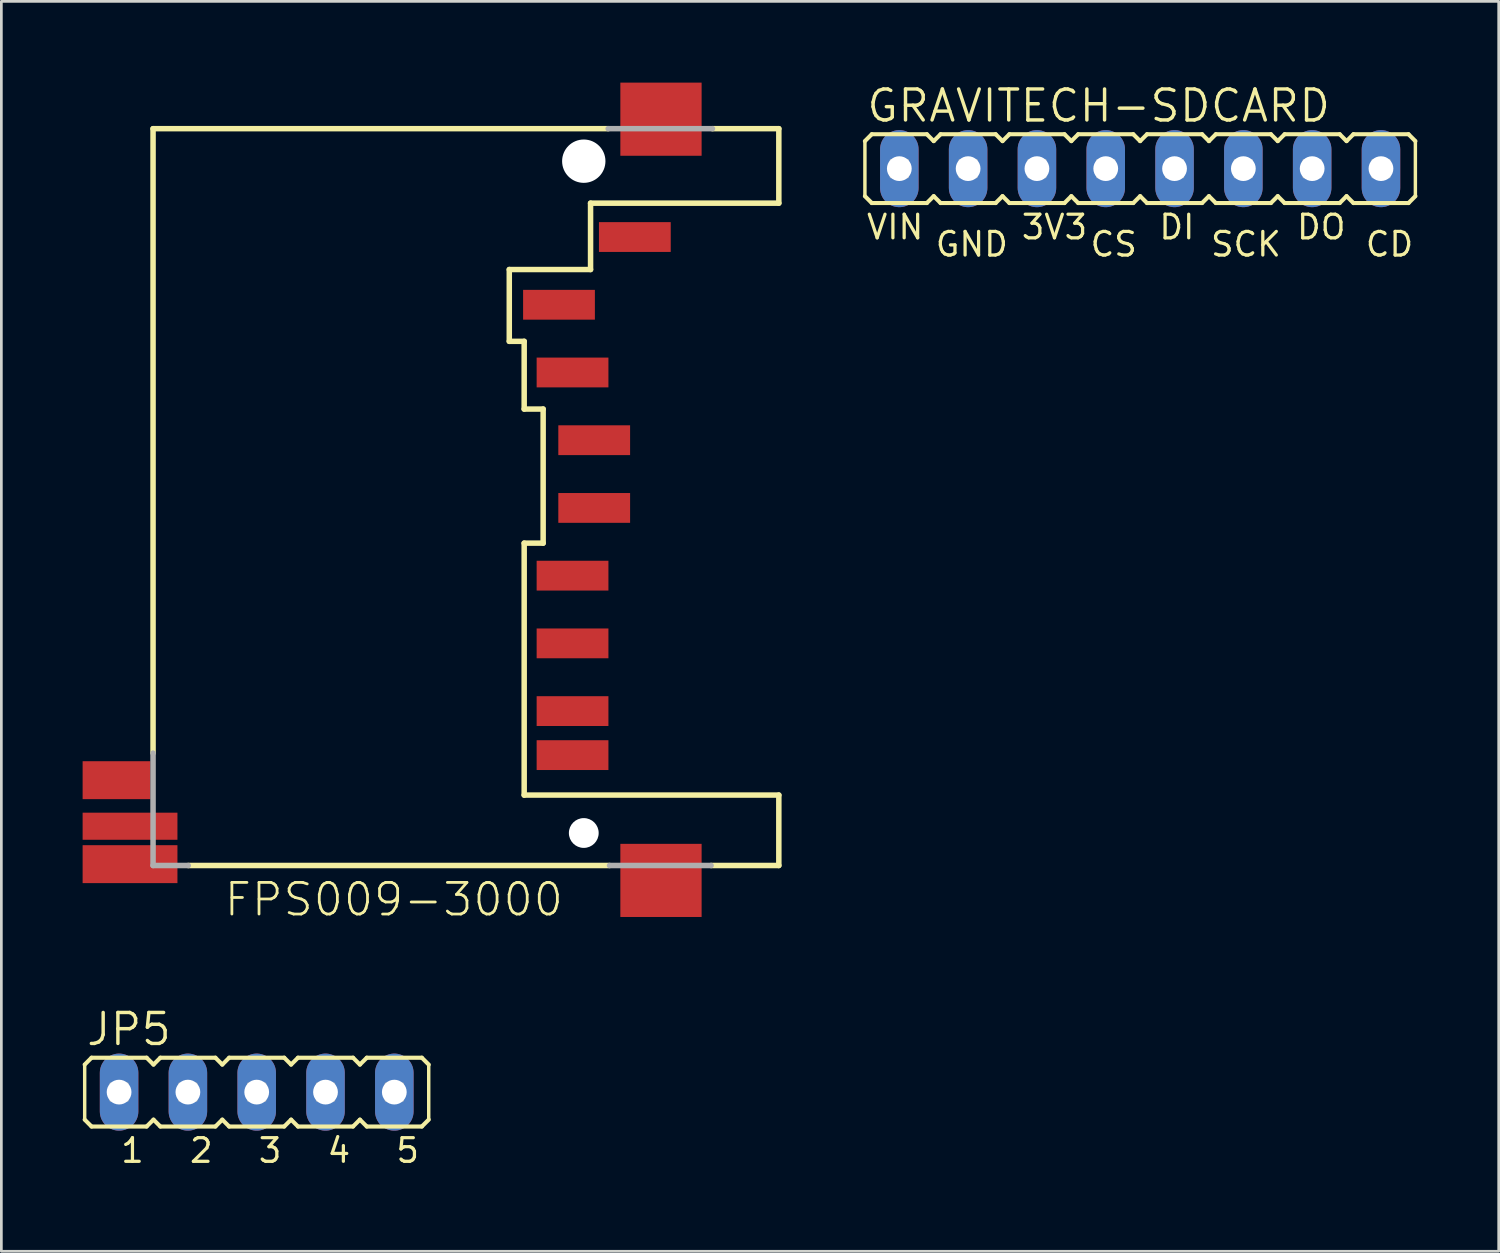
<source format=kicad_pcb>
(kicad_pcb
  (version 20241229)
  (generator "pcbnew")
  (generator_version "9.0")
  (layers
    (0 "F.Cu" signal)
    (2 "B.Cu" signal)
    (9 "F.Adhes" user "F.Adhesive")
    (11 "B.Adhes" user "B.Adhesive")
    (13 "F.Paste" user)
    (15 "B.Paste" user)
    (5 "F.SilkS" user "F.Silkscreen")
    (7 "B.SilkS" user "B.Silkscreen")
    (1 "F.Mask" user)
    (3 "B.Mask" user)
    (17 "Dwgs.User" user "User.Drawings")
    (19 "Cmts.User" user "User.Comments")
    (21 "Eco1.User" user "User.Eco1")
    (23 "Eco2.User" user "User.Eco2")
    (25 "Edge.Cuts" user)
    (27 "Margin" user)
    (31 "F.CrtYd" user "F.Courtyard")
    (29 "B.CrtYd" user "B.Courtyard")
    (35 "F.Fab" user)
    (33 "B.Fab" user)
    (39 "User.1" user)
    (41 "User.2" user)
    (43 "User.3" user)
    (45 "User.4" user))
  (footprint "GRAVITECH-SDCARD"
    (layer "F.Cu")
    (at 39.038 3.175)
    (property "Reference" "GRAVITECH-SDCARD" (at -10.16 -1.651 0) (layer "F.SilkS") (effects (font (size 1.143 1.143) (thickness 0.127)) (justify left bottom)))
    (fp_line (start -10.16 -1.016) (end -10.16 1.016) (stroke (width 0.127) (type solid)) (layer "F.SilkS"))
    (fp_line (start -10.16 -1.016) (end -9.906 -1.27) (stroke (width 0.152) (type solid)) (layer "F.SilkS"))
    (fp_line (start -10.16 1.016) (end -9.906 1.27) (stroke (width 0.152) (type solid)) (layer "F.SilkS"))
    (fp_line (start -7.874 -1.27) (end -9.906 -1.27) (stroke (width 0.152) (type solid)) (layer "F.SilkS"))
    (fp_line (start -7.874 -1.27) (end -7.62 -1.016) (stroke (width 0.152) (type solid)) (layer "F.SilkS"))
    (fp_line (start -7.874 1.27) (end -9.906 1.27) (stroke (width 0.152) (type solid)) (layer "F.SilkS"))
    (fp_line (start -7.874 1.27) (end -7.62 1.016) (stroke (width 0.152) (type solid)) (layer "F.SilkS"))
    (fp_line (start -7.62 -1.016) (end -7.366 -1.27) (stroke (width 0.152) (type solid)) (layer "F.SilkS"))
    (fp_line (start -7.62 1.016) (end -7.366 1.27) (stroke (width 0.152) (type solid)) (layer "F.SilkS"))
    (fp_line (start -5.334 -1.27) (end -7.366 -1.27) (stroke (width 0.152) (type solid)) (layer "F.SilkS"))
    (fp_line (start -5.334 -1.27) (end -5.08 -1.016) (stroke (width 0.152) (type solid)) (layer "F.SilkS"))
    (fp_line (start -5.334 1.27) (end -7.366 1.27) (stroke (width 0.152) (type solid)) (layer "F.SilkS"))
    (fp_line (start -5.334 1.27) (end -5.08 1.016) (stroke (width 0.152) (type solid)) (layer "F.SilkS"))
    (fp_line (start -5.08 -1.016) (end -4.826 -1.27) (stroke (width 0.152) (type solid)) (layer "F.SilkS"))
    (fp_line (start -5.08 1.016) (end -4.826 1.27) (stroke (width 0.152) (type solid)) (layer "F.SilkS"))
    (fp_line (start -2.794 -1.27) (end -4.826 -1.27) (stroke (width 0.152) (type solid)) (layer "F.SilkS"))
    (fp_line (start -2.794 -1.27) (end -2.54 -1.016) (stroke (width 0.152) (type solid)) (layer "F.SilkS"))
    (fp_line (start -2.794 1.27) (end -4.826 1.27) (stroke (width 0.152) (type solid)) (layer "F.SilkS"))
    (fp_line (start -2.794 1.27) (end -2.54 1.016) (stroke (width 0.152) (type solid)) (layer "F.SilkS"))
    (fp_line (start -2.54 -1.016) (end -2.286 -1.27) (stroke (width 0.152) (type solid)) (layer "F.SilkS"))
    (fp_line (start -2.54 1.016) (end -2.286 1.27) (stroke (width 0.152) (type solid)) (layer "F.SilkS"))
    (fp_line (start -0.254 -1.27) (end -2.286 -1.27) (stroke (width 0.152) (type solid)) (layer "F.SilkS"))
    (fp_line (start -0.254 -1.27) (end 0 -1.016) (stroke (width 0.152) (type solid)) (layer "F.SilkS"))
    (fp_line (start -0.254 1.27) (end -2.286 1.27) (stroke (width 0.152) (type solid)) (layer "F.SilkS"))
    (fp_line (start -0.254 1.27) (end 0 1.016) (stroke (width 0.152) (type solid)) (layer "F.SilkS"))
    (fp_line (start 0 -1.016) (end 0.254 -1.27) (stroke (width 0.152) (type solid)) (layer "F.SilkS"))
    (fp_line (start 0 1.016) (end 0.254 1.27) (stroke (width 0.152) (type solid)) (layer "F.SilkS"))
    (fp_line (start 2.286 -1.27) (end 0.254 -1.27) (stroke (width 0.152) (type solid)) (layer "F.SilkS"))
    (fp_line (start 2.286 -1.27) (end 2.54 -1.016) (stroke (width 0.152) (type solid)) (layer "F.SilkS"))
    (fp_line (start 2.286 1.27) (end 0.254 1.27) (stroke (width 0.152) (type solid)) (layer "F.SilkS"))
    (fp_line (start 2.286 1.27) (end 2.54 1.016) (stroke (width 0.152) (type solid)) (layer "F.SilkS"))
    (fp_line (start 2.54 -1.016) (end 2.794 -1.27) (stroke (width 0.152) (type solid)) (layer "F.SilkS"))
    (fp_line (start 2.54 1.016) (end 2.794 1.27) (stroke (width 0.152) (type solid)) (layer "F.SilkS"))
    (fp_line (start 4.826 -1.27) (end 2.794 -1.27) (stroke (width 0.152) (type solid)) (layer "F.SilkS"))
    (fp_line (start 4.826 -1.27) (end 5.08 -1.016) (stroke (width 0.152) (type solid)) (layer "F.SilkS"))
    (fp_line (start 4.826 1.27) (end 2.794 1.27) (stroke (width 0.152) (type solid)) (layer "F.SilkS"))
    (fp_line (start 4.826 1.27) (end 5.08 1.016) (stroke (width 0.152) (type solid)) (layer "F.SilkS"))
    (fp_line (start 5.08 -1.016) (end 5.334 -1.27) (stroke (width 0.152) (type solid)) (layer "F.SilkS"))
    (fp_line (start 5.08 1.016) (end 5.334 1.27) (stroke (width 0.152) (type solid)) (layer "F.SilkS"))
    (fp_line (start 7.366 -1.27) (end 5.334 -1.27) (stroke (width 0.152) (type solid)) (layer "F.SilkS"))
    (fp_line (start 7.366 -1.27) (end 7.62 -1.016) (stroke (width 0.152) (type solid)) (layer "F.SilkS"))
    (fp_line (start 7.366 1.27) (end 5.334 1.27) (stroke (width 0.152) (type solid)) (layer "F.SilkS"))
    (fp_line (start 7.366 1.27) (end 7.62 1.016) (stroke (width 0.152) (type solid)) (layer "F.SilkS"))
    (fp_line (start 7.62 -1.016) (end 7.874 -1.27) (stroke (width 0.152) (type solid)) (layer "F.SilkS"))
    (fp_line (start 7.62 1.016) (end 7.874 1.27) (stroke (width 0.152) (type solid)) (layer "F.SilkS"))
    (fp_line (start 9.906 -1.27) (end 7.874 -1.27) (stroke (width 0.152) (type solid)) (layer "F.SilkS"))
    (fp_line (start 9.906 -1.27) (end 10.16 -1.016) (stroke (width 0.152) (type solid)) (layer "F.SilkS"))
    (fp_line (start 9.906 1.27) (end 7.874 1.27) (stroke (width 0.152) (type solid)) (layer "F.SilkS"))
    (fp_line (start 9.906 1.27) (end 10.16 1.016) (stroke (width 0.152) (type solid)) (layer "F.SilkS"))
    (fp_line (start 10.16 -1.016) (end 10.16 1.016) (stroke (width 0.127) (type solid)) (layer "F.SilkS"))
    (fp_poly (pts (xy -9.195 0.305) (xy -8.585 0.305) (xy -8.585 -0.305) (xy -9.195 -0.305)) (stroke (width 0.1) (type default)) (fill no) (layer "F.Fab"))
    (fp_poly (pts (xy -6.655 0.305) (xy -6.045 0.305) (xy -6.045 -0.305) (xy -6.655 -0.305)) (stroke (width 0.1) (type default)) (fill no) (layer "F.Fab"))
    (fp_poly (pts (xy -4.115 0.305) (xy -3.505 0.305) (xy -3.505 -0.305) (xy -4.115 -0.305)) (stroke (width 0.1) (type default)) (fill no) (layer "F.Fab"))
    (fp_poly (pts (xy -1.575 0.305) (xy -0.965 0.305) (xy -0.965 -0.305) (xy -1.575 -0.305)) (stroke (width 0.1) (type default)) (fill no) (layer "F.Fab"))
    (fp_poly (pts (xy 0.965 0.305) (xy 1.575 0.305) (xy 1.575 -0.305) (xy 0.965 -0.305)) (stroke (width 0.1) (type default)) (fill no) (layer "F.Fab"))
    (fp_poly (pts (xy 3.505 0.305) (xy 4.115 0.305) (xy 4.115 -0.305) (xy 3.505 -0.305)) (stroke (width 0.1) (type default)) (fill no) (layer "F.Fab"))
    (fp_poly (pts (xy 6.045 0.305) (xy 6.655 0.305) (xy 6.655 -0.305) (xy 6.045 -0.305)) (stroke (width 0.1) (type default)) (fill no) (layer "F.Fab"))
    (fp_poly (pts (xy 8.585 0.305) (xy 9.195 0.305) (xy 9.195 -0.305) (xy 8.585 -0.305)) (stroke (width 0.1) (type default)) (fill no) (layer "F.Fab"))
    (fp_text user "GND" (at -7.62 3.302 0) (layer "F.SilkS") (effects (font (size 0.872 0.872) (thickness 0.119)) (justify left bottom)))
    (fp_text user "CS" (at -1.905 3.302 0) (layer "F.SilkS") (effects (font (size 0.872 0.872) (thickness 0.119)) (justify left bottom)))
    (fp_text user "DO" (at 5.715 2.667 0) (layer "F.SilkS") (effects (font (size 0.872 0.872) (thickness 0.119)) (justify left bottom)))
    (fp_text user "SCK" (at 2.54 3.302 0) (layer "F.SilkS") (effects (font (size 0.872 0.872) (thickness 0.119)) (justify left bottom)))
    (fp_text user "3V3" (at -4.445 2.667 0) (layer "F.SilkS") (effects (font (size 0.872 0.872) (thickness 0.119)) (justify left bottom)))
    (fp_text user "CD" (at 8.255 3.302 0) (layer "F.SilkS") (effects (font (size 0.872 0.872) (thickness 0.119)) (justify left bottom)))
    (fp_text user "DI" (at 0.635 2.667 0) (layer "F.SilkS") (effects (font (size 0.872 0.872) (thickness 0.119)) (justify left bottom)))
    (fp_text user "VIN" (at -10.16 2.667 0) (layer "F.SilkS") (effects (font (size 0.872 0.872) (thickness 0.119)) (justify left bottom)))
    (pad "3V3" thru_hole oval (at -3.81 0 90) (size 2.845 1.422) (drill 0.914) (layers "*.Cu" "*.Mask"))
    (pad "CD" thru_hole oval (at 8.89 0 90) (size 2.845 1.422) (drill 0.914) (layers "*.Cu" "*.Mask"))
    (pad "CS" thru_hole oval (at -1.27 0 90) (size 2.845 1.422) (drill 0.914) (layers "*.Cu" "*.Mask"))
    (pad "DI" thru_hole oval (at 1.27 0 90) (size 2.845 1.422) (drill 0.914) (layers "*.Cu" "*.Mask"))
    (pad "DO" thru_hole oval (at 6.35 0 90) (size 2.845 1.422) (drill 0.914) (layers "*.Cu" "*.Mask"))
    (pad "GND" thru_hole oval (at -6.35 0 90) (size 2.845 1.422) (drill 0.914) (layers "*.Cu" "*.Mask"))
    (pad "SCK" thru_hole oval (at 3.81 0 90) (size 2.845 1.422) (drill 0.914) (layers "*.Cu" "*.Mask"))
    (pad "VIN" thru_hole oval (at -8.89 0 90) (size 2.845 1.422) (drill 0.914) (layers "*.Cu" "*.Mask")))
  (footprint "JP5"
    (layer "F.Cu")
    (at 7.696 39.805)
    (property "Reference" "JP5" (at -7.62 -4.191 0) (layer "F.SilkS") (effects (font (size 1.143 1.143) (thickness 0.127)) (justify left bottom)))
    (fp_line (start -7.62 -3.556) (end -7.62 -1.524) (stroke (width 0.127) (type solid)) (layer "F.SilkS"))
    (fp_line (start -7.62 -3.556) (end -7.366 -3.81) (stroke (width 0.152) (type solid)) (layer "F.SilkS"))
    (fp_line (start -7.62 -1.524) (end -7.366 -1.27) (stroke (width 0.152) (type solid)) (layer "F.SilkS"))
    (fp_line (start -5.334 -3.81) (end -7.366 -3.81) (stroke (width 0.152) (type solid)) (layer "F.SilkS"))
    (fp_line (start -5.334 -3.81) (end -5.08 -3.556) (stroke (width 0.152) (type solid)) (layer "F.SilkS"))
    (fp_line (start -5.334 -1.27) (end -7.366 -1.27) (stroke (width 0.152) (type solid)) (layer "F.SilkS"))
    (fp_line (start -5.334 -1.27) (end -5.08 -1.524) (stroke (width 0.152) (type solid)) (layer "F.SilkS"))
    (fp_line (start -5.08 -3.556) (end -4.826 -3.81) (stroke (width 0.152) (type solid)) (layer "F.SilkS"))
    (fp_line (start -5.08 -1.524) (end -4.826 -1.27) (stroke (width 0.152) (type solid)) (layer "F.SilkS"))
    (fp_line (start -2.794 -3.81) (end -4.826 -3.81) (stroke (width 0.152) (type solid)) (layer "F.SilkS"))
    (fp_line (start -2.794 -3.81) (end -2.54 -3.556) (stroke (width 0.152) (type solid)) (layer "F.SilkS"))
    (fp_line (start -2.794 -1.27) (end -4.826 -1.27) (stroke (width 0.152) (type solid)) (layer "F.SilkS"))
    (fp_line (start -2.794 -1.27) (end -2.54 -1.524) (stroke (width 0.152) (type solid)) (layer "F.SilkS"))
    (fp_line (start -2.54 -3.556) (end -2.286 -3.81) (stroke (width 0.152) (type solid)) (layer "F.SilkS"))
    (fp_line (start -2.54 -1.524) (end -2.286 -1.27) (stroke (width 0.152) (type solid)) (layer "F.SilkS"))
    (fp_line (start -0.254 -3.81) (end -2.286 -3.81) (stroke (width 0.152) (type solid)) (layer "F.SilkS"))
    (fp_line (start -0.254 -3.81) (end 0 -3.556) (stroke (width 0.152) (type solid)) (layer "F.SilkS"))
    (fp_line (start -0.254 -1.27) (end -2.286 -1.27) (stroke (width 0.152) (type solid)) (layer "F.SilkS"))
    (fp_line (start -0.254 -1.27) (end 0 -1.524) (stroke (width 0.152) (type solid)) (layer "F.SilkS"))
    (fp_line (start 0 -3.556) (end 0.254 -3.81) (stroke (width 0.152) (type solid)) (layer "F.SilkS"))
    (fp_line (start 0 -1.524) (end 0.254 -1.27) (stroke (width 0.152) (type solid)) (layer "F.SilkS"))
    (fp_line (start 2.286 -3.81) (end 0.254 -3.81) (stroke (width 0.152) (type solid)) (layer "F.SilkS"))
    (fp_line (start 2.286 -3.81) (end 2.54 -3.556) (stroke (width 0.152) (type solid)) (layer "F.SilkS"))
    (fp_line (start 2.286 -1.27) (end 0.254 -1.27) (stroke (width 0.152) (type solid)) (layer "F.SilkS"))
    (fp_line (start 2.286 -1.27) (end 2.54 -1.524) (stroke (width 0.152) (type solid)) (layer "F.SilkS"))
    (fp_line (start 2.54 -3.556) (end 2.794 -3.81) (stroke (width 0.152) (type solid)) (layer "F.SilkS"))
    (fp_line (start 2.54 -1.524) (end 2.794 -1.27) (stroke (width 0.152) (type solid)) (layer "F.SilkS"))
    (fp_line (start 4.826 -3.81) (end 2.794 -3.81) (stroke (width 0.152) (type solid)) (layer "F.SilkS"))
    (fp_line (start 4.826 -3.81) (end 5.08 -3.556) (stroke (width 0.152) (type solid)) (layer "F.SilkS"))
    (fp_line (start 4.826 -1.27) (end 2.794 -1.27) (stroke (width 0.152) (type solid)) (layer "F.SilkS"))
    (fp_line (start 4.826 -1.27) (end 5.08 -1.524) (stroke (width 0.152) (type solid)) (layer "F.SilkS"))
    (fp_line (start 5.08 -3.556) (end 5.08 -1.524) (stroke (width 0.127) (type solid)) (layer "F.SilkS"))
    (fp_poly (pts (xy -6.655 -2.235) (xy -6.045 -2.235) (xy -6.045 -2.845) (xy -6.655 -2.845)) (stroke (width 0.1) (type default)) (fill no) (layer "F.Fab"))
    (fp_poly (pts (xy -4.115 -2.235) (xy -3.505 -2.235) (xy -3.505 -2.845) (xy -4.115 -2.845)) (stroke (width 0.1) (type default)) (fill no) (layer "F.Fab"))
    (fp_poly (pts (xy -1.575 -2.235) (xy -0.965 -2.235) (xy -0.965 -2.845) (xy -1.575 -2.845)) (stroke (width 0.1) (type default)) (fill no) (layer "F.Fab"))
    (fp_poly (pts (xy 0.965 -2.235) (xy 1.575 -2.235) (xy 1.575 -2.845) (xy 0.965 -2.845)) (stroke (width 0.1) (type default)) (fill no) (layer "F.Fab"))
    (fp_poly (pts (xy 3.505 -2.235) (xy 4.115 -2.235) (xy 4.115 -2.845) (xy 3.505 -2.845)) (stroke (width 0.1) (type default)) (fill no) (layer "F.Fab"))
    (fp_text user "4" (at 1.27 0.127 0) (layer "F.SilkS") (effects (font (size 0.872 0.872) (thickness 0.119)) (justify left bottom)))
    (fp_text user "1" (at -6.35 0.127 0) (layer "F.SilkS") (effects (font (size 0.872 0.872) (thickness 0.119)) (justify left bottom)))
    (fp_text user "2" (at -3.81 0.127 0) (layer "F.SilkS") (effects (font (size 0.872 0.872) (thickness 0.119)) (justify left bottom)))
    (fp_text user "5" (at 3.81 0.127 0) (layer "F.SilkS") (effects (font (size 0.872 0.872) (thickness 0.119)) (justify left bottom)))
    (fp_text user "3" (at -1.27 0.127 0) (layer "F.SilkS") (effects (font (size 0.872 0.872) (thickness 0.119)) (justify left bottom)))
    (pad "1" thru_hole oval (at -6.35 -2.54 90) (size 2.845 1.422) (drill 0.914) (layers "*.Cu" "*.Mask"))
    (pad "2" thru_hole oval (at -3.81 -2.54 90) (size 2.845 1.422) (drill 0.914) (layers "*.Cu" "*.Mask"))
    (pad "3" thru_hole oval (at -1.27 -2.54 90) (size 2.845 1.422) (drill 0.914) (layers "*.Cu" "*.Mask"))
    (pad "4" thru_hole oval (at 1.27 -2.54 90) (size 2.845 1.422) (drill 0.914) (layers "*.Cu" "*.Mask"))
    (pad "5" thru_hole oval (at 3.81 -2.54 90) (size 2.845 1.422) (drill 0.914) (layers "*.Cu" "*.Mask")))
  (footprint "FPS009-3000"
    (layer "F.Cu")
    (at 18.5 2.9)
    (property "Reference" "FPS009-3000" (at -13.335 27.94 0) (layer "F.SilkS") (effects (font (size 1.168 1.168) (thickness 0.102)) (justify left bottom)))
    (fp_line (start -15.9 -1.2) (end 0.9 -1.2) (stroke (width 0.203) (type solid)) (layer "F.SilkS"))
    (fp_line (start -15.9 21.85) (end -15.9 -1.2) (stroke (width 0.203) (type solid)) (layer "F.SilkS"))
    (fp_line (start -2.75 4) (end -2.75 6.65) (stroke (width 0.203) (type solid)) (layer "F.SilkS"))
    (fp_line (start -2.75 6.65) (end -2.2 6.65) (stroke (width 0.203) (type solid)) (layer "F.SilkS"))
    (fp_line (start -2.2 6.65) (end -2.2 9.15) (stroke (width 0.203) (type solid)) (layer "F.SilkS"))
    (fp_line (start -2.2 9.15) (end -1.5 9.15) (stroke (width 0.203) (type solid)) (layer "F.SilkS"))
    (fp_line (start -2.2 14.1) (end -2.2 23.4) (stroke (width 0.203) (type solid)) (layer "F.SilkS"))
    (fp_line (start -1.5 9.15) (end -1.5 14.1) (stroke (width 0.203) (type solid)) (layer "F.SilkS"))
    (fp_line (start -1.5 14.1) (end -2.2 14.1) (stroke (width 0.203) (type solid)) (layer "F.SilkS"))
    (fp_line (start 0.25 1.55) (end 0.25 4) (stroke (width 0.203) (type solid)) (layer "F.SilkS"))
    (fp_line (start 0.25 4) (end -2.75 4) (stroke (width 0.203) (type solid)) (layer "F.SilkS"))
    (fp_line (start 0.95 26) (end -14.6 26) (stroke (width 0.203) (type solid)) (layer "F.SilkS"))
    (fp_line (start 4.7 26) (end 7.2 26) (stroke (width 0.203) (type solid)) (layer "F.SilkS"))
    (fp_line (start 4.75 -1.2) (end 7.2 -1.2) (stroke (width 0.203) (type solid)) (layer "F.SilkS"))
    (fp_line (start 7.2 -1.2) (end 7.2 1.55) (stroke (width 0.203) (type solid)) (layer "F.SilkS"))
    (fp_line (start 7.2 1.55) (end 0.25 1.55) (stroke (width 0.203) (type solid)) (layer "F.SilkS"))
    (fp_line (start 7.2 23.4) (end -2.2 23.4) (stroke (width 0.203) (type solid)) (layer "F.SilkS"))
    (fp_line (start 7.2 26) (end 7.2 23.4) (stroke (width 0.203) (type solid)) (layer "F.SilkS"))
    (fp_line (start -15.9 26) (end -15.9 21.85) (stroke (width 0.203) (type solid)) (layer "F.Fab"))
    (fp_line (start -14.6 26) (end -15.9 26) (stroke (width 0.203) (type solid)) (layer "F.Fab"))
    (fp_line (start 0.9 -1.2) (end 4.75 -1.2) (stroke (width 0.203) (type solid)) (layer "F.Fab"))
    (fp_line (start 4.7 26) (end 0.95 26) (stroke (width 0.203) (type solid)) (layer "F.Fab"))
    (pad "" np_thru_hole circle (at 0 0) (size 1.6 1.6) (drill 1.6) (layers "*.Cu" "*.Mask"))
    (pad "" np_thru_hole circle (at 0 24.8) (size 1.1 1.1) (drill 1.1) (layers "*.Cu" "*.Mask"))
    (pad "1" smd rect (at -0.915 5.3) (size 2.65 1.1) (layers "F.Cu" "F.Mask" "F.Paste"))
    (pad "2" smd rect (at -0.415 7.8) (size 2.65 1.1) (layers "F.Cu" "F.Mask" "F.Paste"))
    (pad "3" smd rect (at 0.385 10.3) (size 2.65 1.1) (layers "F.Cu" "F.Mask" "F.Paste"))
    (pad "4" smd rect (at 0.385 12.8) (size 2.65 1.1) (layers "F.Cu" "F.Mask" "F.Paste"))
    (pad "5" smd rect (at -0.415 15.3) (size 2.65 1.1) (layers "F.Cu" "F.Mask" "F.Paste"))
    (pad "6" smd rect (at -0.415 17.8) (size 2.65 1.1) (layers "F.Cu" "F.Mask" "F.Paste"))
    (pad "7" smd rect (at -0.415 20.3) (size 2.65 1.1) (layers "F.Cu" "F.Mask" "F.Paste"))
    (pad "8" smd rect (at -0.415 21.925) (size 2.65 1.1) (layers "F.Cu" "F.Mask" "F.Paste"))
    (pad "9" smd rect (at 1.885 2.8) (size 2.65 1.1) (layers "F.Cu" "F.Mask" "F.Paste"))
    (pad "COM_TERM" smd rect (at -16.75 24.55) (size 3.5 1) (layers "F.Cu" "F.Mask" "F.Paste"))
    (pad "DETECT" smd rect (at -17.25 22.85) (size 2.5 1.4) (layers "F.Cu" "F.Mask" "F.Paste"))
    (pad "M1" smd rect (at 2.85 -1.55) (size 3 2.7) (layers "F.Cu" "F.Mask" "F.Paste"))
    (pad "M2" smd rect (at 2.85 26.55) (size 3 2.7) (layers "F.Cu" "F.Mask" "F.Paste"))
    (pad "WRITE_PROT" smd rect (at -16.75 25.95) (size 3.5 1.4) (layers "F.Cu" "F.Mask" "F.Paste")))
  (gr_rect
    (start -3 -3)
    (end 52.274 43.141)
    (stroke (width 0.1) (type default))
    (fill no)
    (layer "Edge.Cuts")))
</source>
